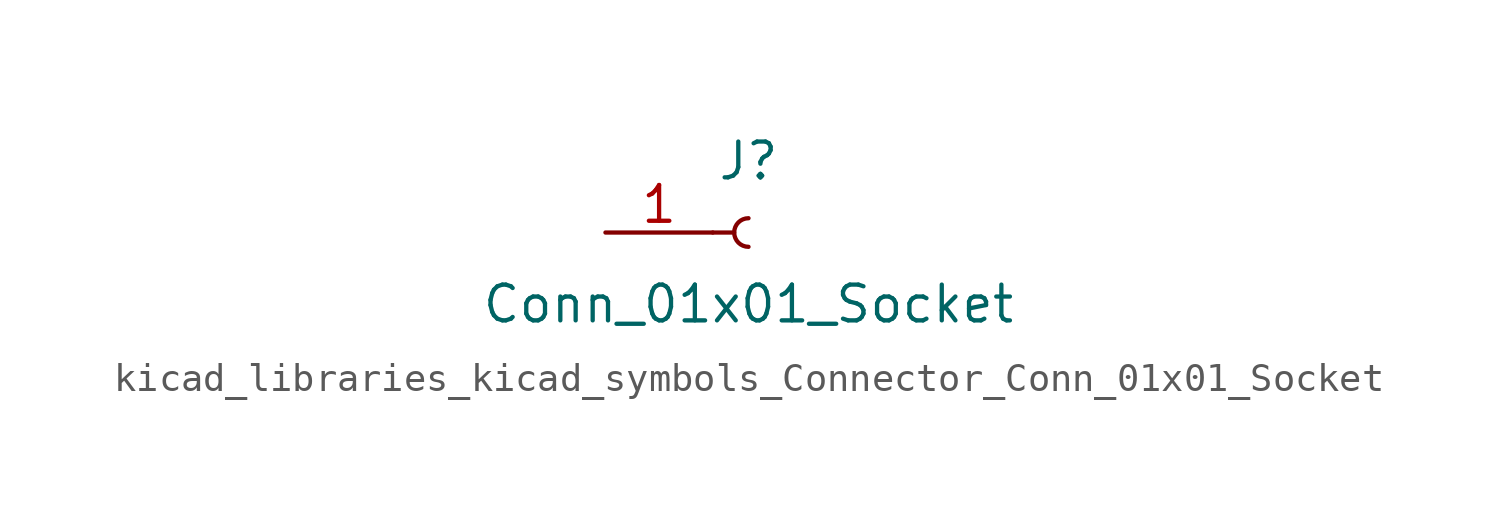
<source format=kicad_sym>
(kicad_symbol_lib
  (version 20220914)
  (generator kicad_symbol_editor)
  (symbol "kicad_libraries_kicad_symbols_Connector_Conn_01x01_Socket"
    (pin_names
      (offset 1.016) hide)
    (property "Reference" "J"
      (at 0 2.54 0)
      (effects (font (size 1.27 1.27))))
    (property "Value" "Conn_01x01_Socket"
      (at 0 -2.54 0)
      (effects (font (size 1.27 1.27))))
    (property "ki_locked" ""
      (at 0 0 0)
      (effects (font (size 1.27 1.27))))
    (symbol "kicad_libraries_kicad_symbols_Connector_Conn_01x01_Socket_1_1"
      (polyline (pts (xy -1.27 0) (xy -0.508 0)) (stroke (width 0.152) (type default)) (fill (type none)))
      (arc (start 0 0.508) (mid -0.5058 0) (end 0 -0.508) (stroke (width 0.1524) (type default)) (fill (type none)))
      (pin passive line (at -5.08 0 0) (length 3.81) (name "Pin_1" (effects (font (size 1.27 1.27)))) (number "1" (effects (font (size 1.27 1.27))))))))
</source>
